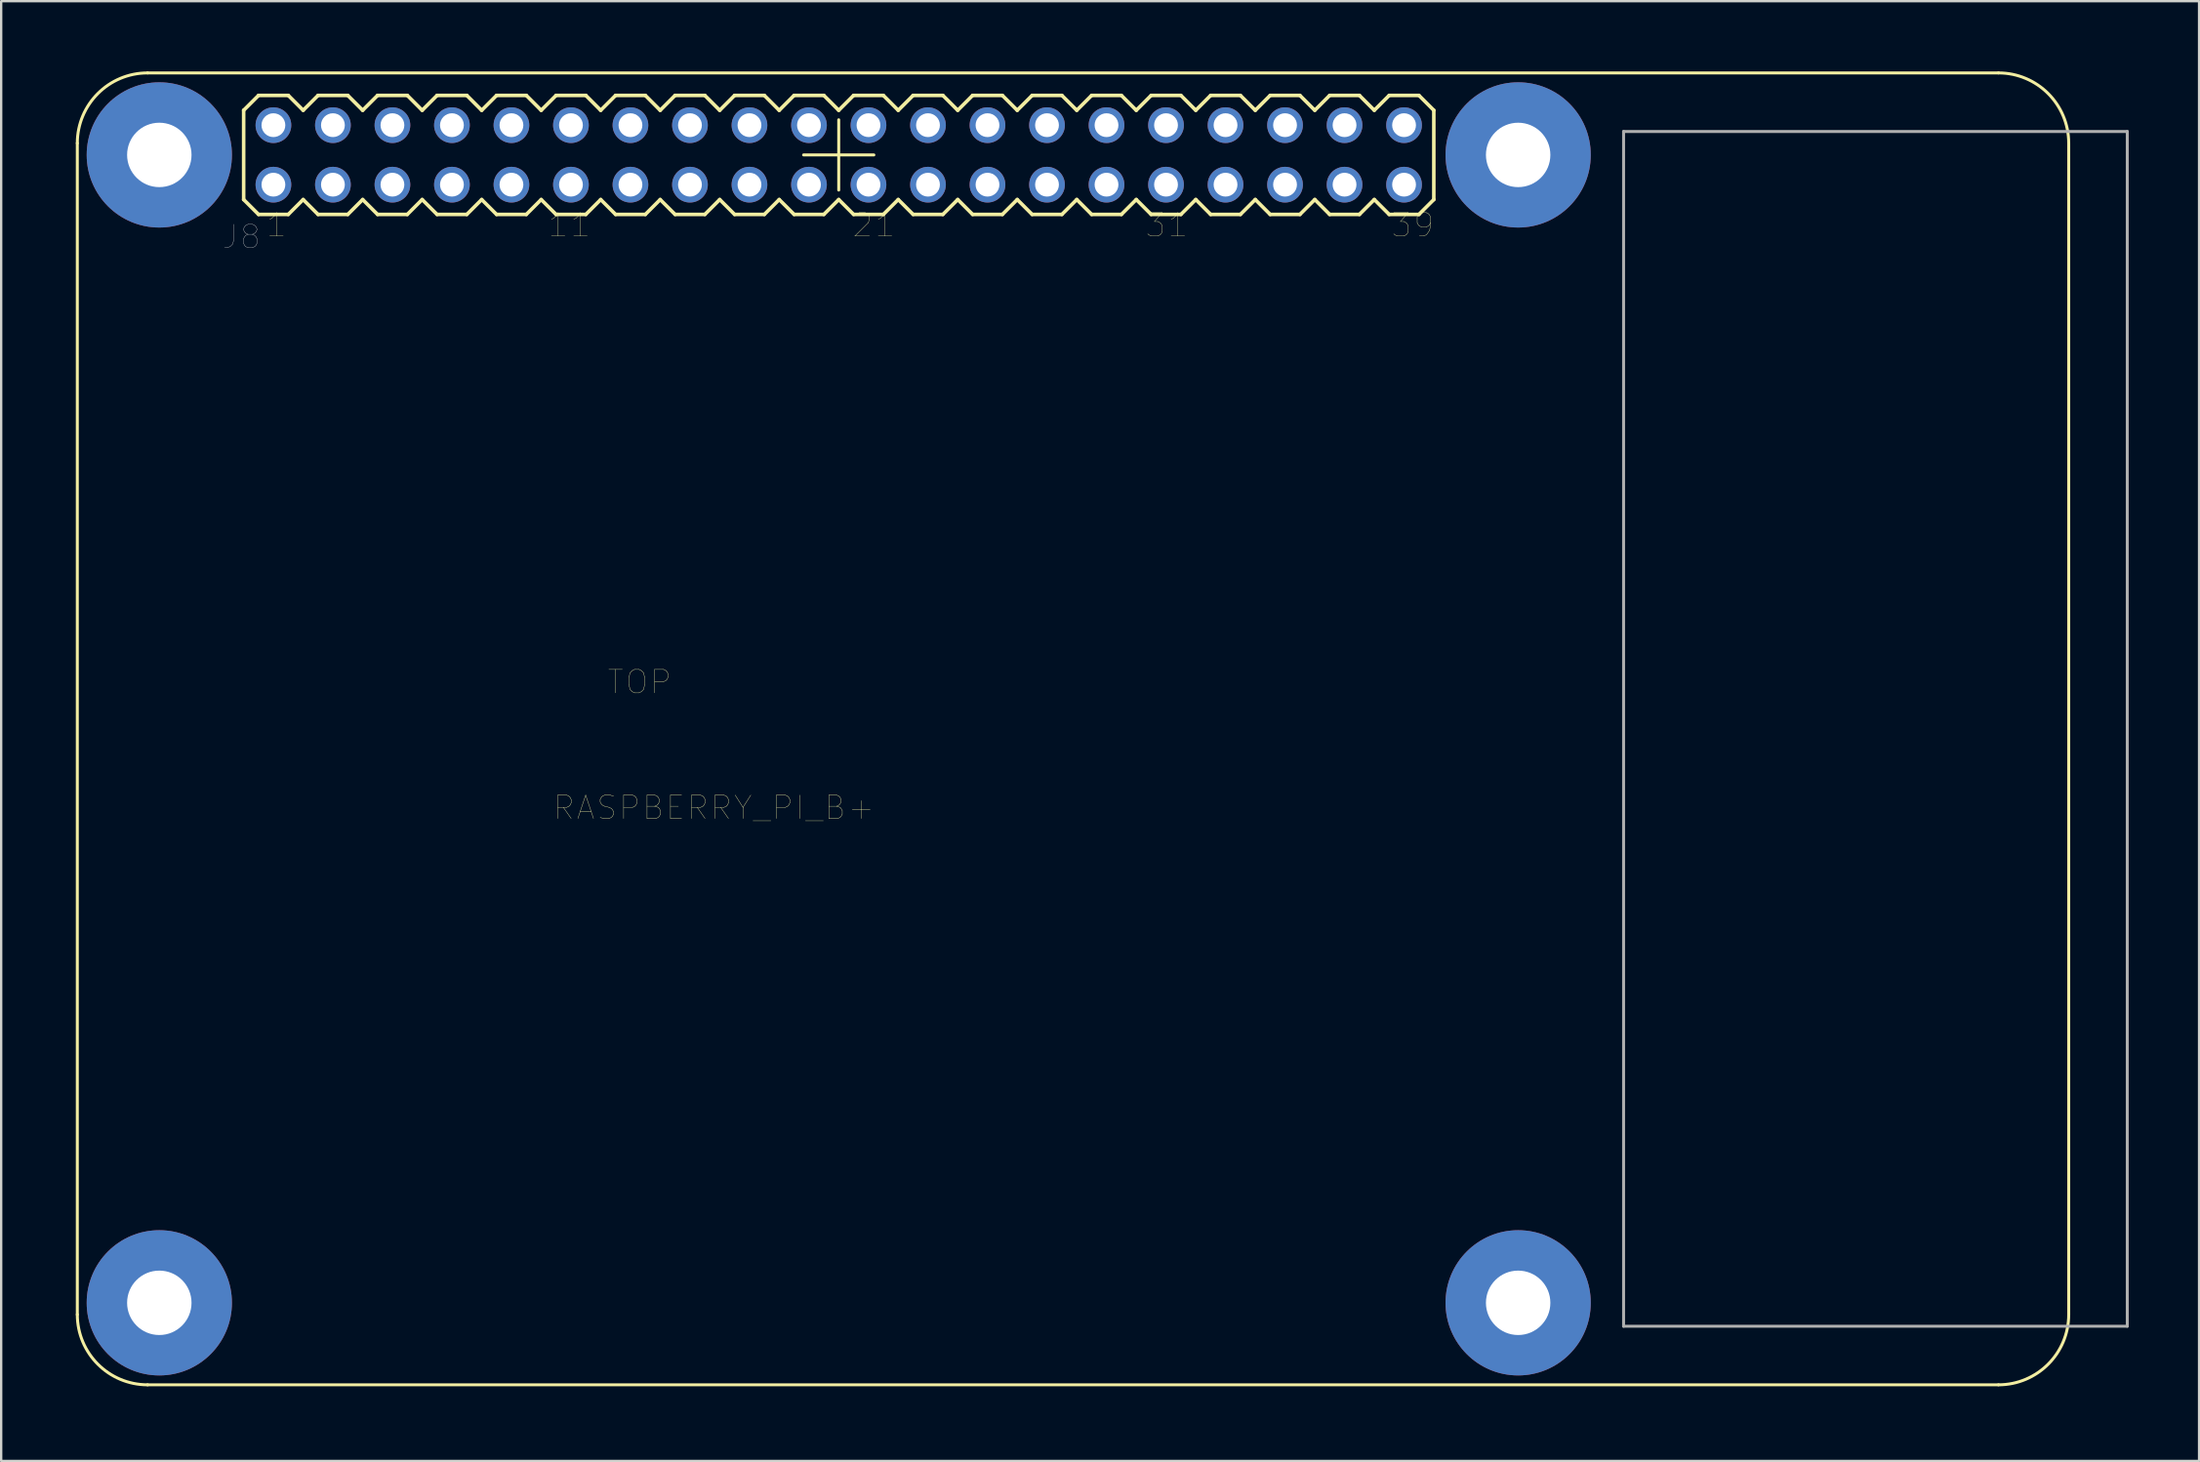
<source format=kicad_pcb>
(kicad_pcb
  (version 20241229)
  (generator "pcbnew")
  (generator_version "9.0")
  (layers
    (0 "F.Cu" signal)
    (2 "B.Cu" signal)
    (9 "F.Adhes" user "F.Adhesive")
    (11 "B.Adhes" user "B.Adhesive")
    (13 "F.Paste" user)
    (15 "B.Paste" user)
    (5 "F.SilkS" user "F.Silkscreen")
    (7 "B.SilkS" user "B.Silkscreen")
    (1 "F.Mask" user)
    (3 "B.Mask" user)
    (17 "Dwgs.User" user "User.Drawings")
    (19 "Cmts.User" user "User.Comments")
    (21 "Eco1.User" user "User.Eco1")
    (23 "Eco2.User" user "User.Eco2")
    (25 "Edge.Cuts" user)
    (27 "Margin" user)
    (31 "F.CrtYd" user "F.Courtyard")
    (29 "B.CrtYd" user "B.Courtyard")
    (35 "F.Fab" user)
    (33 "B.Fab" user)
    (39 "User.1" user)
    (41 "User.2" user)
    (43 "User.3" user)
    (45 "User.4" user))
  (footprint "RASPBERRY_PI_B+"
    (layer "F.Cu")
    (at 0.25 56.063)
    (property "Reference" "RASPBERRY_PI_B+" (at 27.175 -24.635 0) (layer "F.SilkS") (effects (font (size 1 1) (thickness 0.015))))
    (attr through_hole)
    (fp_line (start 0 -53) (end 0 -3) (stroke (width 0.127) (type solid)) (layer "F.SilkS"))
    (fp_line (start 3 0) (end 82 0) (stroke (width 0.127) (type solid)) (layer "F.SilkS"))
    (fp_line (start 7.1 -54.405) (end 7.1 -50.595) (stroke (width 0.152) (type solid)) (layer "F.SilkS"))
    (fp_line (start 7.1 -50.595) (end 7.735 -49.96) (stroke (width 0.152) (type solid)) (layer "F.SilkS"))
    (fp_line (start 7.735 -55.04) (end 7.1 -54.405) (stroke (width 0.152) (type solid)) (layer "F.SilkS"))
    (fp_line (start 7.735 -55.04) (end 9.005 -55.04) (stroke (width 0.152) (type solid)) (layer "F.SilkS"))
    (fp_line (start 9.005 -55.04) (end 9.64 -54.405) (stroke (width 0.152) (type solid)) (layer "F.SilkS"))
    (fp_line (start 9.005 -49.96) (end 7.735 -49.96) (stroke (width 0.152) (type solid)) (layer "F.SilkS"))
    (fp_line (start 9.64 -54.405) (end 10.275 -55.04) (stroke (width 0.152) (type solid)) (layer "F.SilkS"))
    (fp_line (start 9.64 -50.595) (end 9.005 -49.96) (stroke (width 0.152) (type solid)) (layer "F.SilkS"))
    (fp_line (start 10.275 -55.04) (end 11.545 -55.04) (stroke (width 0.152) (type solid)) (layer "F.SilkS"))
    (fp_line (start 10.275 -49.96) (end 9.64 -50.595) (stroke (width 0.152) (type solid)) (layer "F.SilkS"))
    (fp_line (start 11.545 -55.04) (end 12.18 -54.405) (stroke (width 0.152) (type solid)) (layer "F.SilkS"))
    (fp_line (start 11.545 -49.96) (end 10.275 -49.96) (stroke (width 0.152) (type solid)) (layer "F.SilkS"))
    (fp_line (start 12.18 -54.405) (end 12.815 -55.04) (stroke (width 0.152) (type solid)) (layer "F.SilkS"))
    (fp_line (start 12.18 -50.595) (end 11.545 -49.96) (stroke (width 0.152) (type solid)) (layer "F.SilkS"))
    (fp_line (start 12.815 -55.04) (end 14.085 -55.04) (stroke (width 0.152) (type solid)) (layer "F.SilkS"))
    (fp_line (start 12.815 -49.96) (end 12.18 -50.595) (stroke (width 0.152) (type solid)) (layer "F.SilkS"))
    (fp_line (start 14.085 -55.04) (end 14.72 -54.405) (stroke (width 0.152) (type solid)) (layer "F.SilkS"))
    (fp_line (start 14.085 -49.96) (end 12.815 -49.96) (stroke (width 0.152) (type solid)) (layer "F.SilkS"))
    (fp_line (start 14.72 -50.595) (end 14.085 -49.96) (stroke (width 0.152) (type solid)) (layer "F.SilkS"))
    (fp_line (start 14.72 -50.595) (end 15.355 -49.96) (stroke (width 0.152) (type solid)) (layer "F.SilkS"))
    (fp_line (start 15.355 -55.04) (end 14.72 -54.405) (stroke (width 0.152) (type solid)) (layer "F.SilkS"))
    (fp_line (start 15.355 -55.04) (end 16.625 -55.04) (stroke (width 0.152) (type solid)) (layer "F.SilkS"))
    (fp_line (start 16.625 -55.04) (end 17.26 -54.405) (stroke (width 0.152) (type solid)) (layer "F.SilkS"))
    (fp_line (start 16.625 -49.96) (end 15.355 -49.96) (stroke (width 0.152) (type solid)) (layer "F.SilkS"))
    (fp_line (start 17.26 -54.405) (end 17.895 -55.04) (stroke (width 0.152) (type solid)) (layer "F.SilkS"))
    (fp_line (start 17.26 -50.595) (end 16.625 -49.96) (stroke (width 0.152) (type solid)) (layer "F.SilkS"))
    (fp_line (start 17.895 -55.04) (end 19.165 -55.04) (stroke (width 0.152) (type solid)) (layer "F.SilkS"))
    (fp_line (start 17.895 -49.96) (end 17.26 -50.595) (stroke (width 0.152) (type solid)) (layer "F.SilkS"))
    (fp_line (start 19.165 -55.04) (end 19.8 -54.405) (stroke (width 0.152) (type solid)) (layer "F.SilkS"))
    (fp_line (start 19.165 -49.96) (end 17.895 -49.96) (stroke (width 0.152) (type solid)) (layer "F.SilkS"))
    (fp_line (start 19.8 -54.405) (end 20.435 -55.04) (stroke (width 0.152) (type solid)) (layer "F.SilkS"))
    (fp_line (start 19.8 -50.595) (end 19.165 -49.96) (stroke (width 0.152) (type solid)) (layer "F.SilkS"))
    (fp_line (start 20.435 -55.04) (end 21.705 -55.04) (stroke (width 0.152) (type solid)) (layer "F.SilkS"))
    (fp_line (start 20.435 -49.96) (end 19.8 -50.595) (stroke (width 0.152) (type solid)) (layer "F.SilkS"))
    (fp_line (start 21.705 -55.04) (end 22.34 -54.405) (stroke (width 0.152) (type solid)) (layer "F.SilkS"))
    (fp_line (start 21.705 -49.96) (end 20.435 -49.96) (stroke (width 0.152) (type solid)) (layer "F.SilkS"))
    (fp_line (start 22.34 -54.405) (end 22.975 -55.04) (stroke (width 0.152) (type solid)) (layer "F.SilkS"))
    (fp_line (start 22.34 -50.595) (end 21.705 -49.96) (stroke (width 0.152) (type solid)) (layer "F.SilkS"))
    (fp_line (start 22.975 -55.04) (end 24.245 -55.04) (stroke (width 0.152) (type solid)) (layer "F.SilkS"))
    (fp_line (start 22.975 -49.96) (end 22.34 -50.595) (stroke (width 0.152) (type solid)) (layer "F.SilkS"))
    (fp_line (start 24.245 -55.04) (end 24.88 -54.405) (stroke (width 0.152) (type solid)) (layer "F.SilkS"))
    (fp_line (start 24.245 -49.96) (end 22.975 -49.96) (stroke (width 0.152) (type solid)) (layer "F.SilkS"))
    (fp_line (start 24.88 -50.595) (end 24.245 -49.96) (stroke (width 0.152) (type solid)) (layer "F.SilkS"))
    (fp_line (start 24.88 -50.595) (end 25.515 -49.96) (stroke (width 0.152) (type solid)) (layer "F.SilkS"))
    (fp_line (start 25.515 -55.04) (end 24.88 -54.405) (stroke (width 0.152) (type solid)) (layer "F.SilkS"))
    (fp_line (start 25.515 -55.04) (end 26.785 -55.04) (stroke (width 0.152) (type solid)) (layer "F.SilkS"))
    (fp_line (start 26.785 -55.04) (end 27.42 -54.405) (stroke (width 0.152) (type solid)) (layer "F.SilkS"))
    (fp_line (start 26.785 -49.96) (end 25.515 -49.96) (stroke (width 0.152) (type solid)) (layer "F.SilkS"))
    (fp_line (start 27.42 -54.405) (end 28.055 -55.04) (stroke (width 0.152) (type solid)) (layer "F.SilkS"))
    (fp_line (start 27.42 -50.595) (end 26.785 -49.96) (stroke (width 0.152) (type solid)) (layer "F.SilkS"))
    (fp_line (start 28.055 -55.04) (end 29.325 -55.04) (stroke (width 0.152) (type solid)) (layer "F.SilkS"))
    (fp_line (start 28.055 -49.96) (end 27.42 -50.595) (stroke (width 0.152) (type solid)) (layer "F.SilkS"))
    (fp_line (start 29.325 -55.04) (end 29.96 -54.405) (stroke (width 0.152) (type solid)) (layer "F.SilkS"))
    (fp_line (start 29.325 -49.96) (end 28.055 -49.96) (stroke (width 0.152) (type solid)) (layer "F.SilkS"))
    (fp_line (start 29.96 -54.405) (end 30.595 -55.04) (stroke (width 0.152) (type solid)) (layer "F.SilkS"))
    (fp_line (start 29.96 -50.595) (end 29.325 -49.96) (stroke (width 0.152) (type solid)) (layer "F.SilkS"))
    (fp_line (start 30.595 -55.04) (end 31.865 -55.04) (stroke (width 0.152) (type solid)) (layer "F.SilkS"))
    (fp_line (start 30.595 -49.96) (end 29.96 -50.595) (stroke (width 0.152) (type solid)) (layer "F.SilkS"))
    (fp_line (start 31 -52.5) (end 34 -52.5) (stroke (width 0.127) (type solid)) (layer "F.SilkS"))
    (fp_line (start 31.865 -55.04) (end 32.5 -54.405) (stroke (width 0.152) (type solid)) (layer "F.SilkS"))
    (fp_line (start 31.865 -49.96) (end 30.595 -49.96) (stroke (width 0.152) (type solid)) (layer "F.SilkS"))
    (fp_line (start 32.5 -54) (end 32.5 -51) (stroke (width 0.127) (type solid)) (layer "F.SilkS"))
    (fp_line (start 32.5 -50.595) (end 31.865 -49.96) (stroke (width 0.152) (type solid)) (layer "F.SilkS"))
    (fp_line (start 32.5 -50.595) (end 33.135 -49.96) (stroke (width 0.152) (type solid)) (layer "F.SilkS"))
    (fp_line (start 33.135 -55.04) (end 32.5 -54.405) (stroke (width 0.152) (type solid)) (layer "F.SilkS"))
    (fp_line (start 33.135 -55.04) (end 34.405 -55.04) (stroke (width 0.152) (type solid)) (layer "F.SilkS"))
    (fp_line (start 34.405 -55.04) (end 35.04 -54.405) (stroke (width 0.152) (type solid)) (layer "F.SilkS"))
    (fp_line (start 34.405 -49.96) (end 33.135 -49.96) (stroke (width 0.152) (type solid)) (layer "F.SilkS"))
    (fp_line (start 35.04 -54.405) (end 35.675 -55.04) (stroke (width 0.152) (type solid)) (layer "F.SilkS"))
    (fp_line (start 35.04 -50.595) (end 34.405 -49.96) (stroke (width 0.152) (type solid)) (layer "F.SilkS"))
    (fp_line (start 35.675 -55.04) (end 36.945 -55.04) (stroke (width 0.152) (type solid)) (layer "F.SilkS"))
    (fp_line (start 35.675 -49.96) (end 35.04 -50.595) (stroke (width 0.152) (type solid)) (layer "F.SilkS"))
    (fp_line (start 36.945 -55.04) (end 37.58 -54.405) (stroke (width 0.152) (type solid)) (layer "F.SilkS"))
    (fp_line (start 36.945 -49.96) (end 35.675 -49.96) (stroke (width 0.152) (type solid)) (layer "F.SilkS"))
    (fp_line (start 37.58 -54.405) (end 38.215 -55.04) (stroke (width 0.152) (type solid)) (layer "F.SilkS"))
    (fp_line (start 37.58 -50.595) (end 36.945 -49.96) (stroke (width 0.152) (type solid)) (layer "F.SilkS"))
    (fp_line (start 38.215 -55.04) (end 39.485 -55.04) (stroke (width 0.152) (type solid)) (layer "F.SilkS"))
    (fp_line (start 38.215 -49.96) (end 37.58 -50.595) (stroke (width 0.152) (type solid)) (layer "F.SilkS"))
    (fp_line (start 39.485 -55.04) (end 40.12 -54.405) (stroke (width 0.152) (type solid)) (layer "F.SilkS"))
    (fp_line (start 39.485 -49.96) (end 38.215 -49.96) (stroke (width 0.152) (type solid)) (layer "F.SilkS"))
    (fp_line (start 40.12 -54.405) (end 40.755 -55.04) (stroke (width 0.152) (type solid)) (layer "F.SilkS"))
    (fp_line (start 40.12 -50.595) (end 39.485 -49.96) (stroke (width 0.152) (type solid)) (layer "F.SilkS"))
    (fp_line (start 40.755 -55.04) (end 42.025 -55.04) (stroke (width 0.152) (type solid)) (layer "F.SilkS"))
    (fp_line (start 40.755 -49.96) (end 40.12 -50.595) (stroke (width 0.152) (type solid)) (layer "F.SilkS"))
    (fp_line (start 42.025 -55.04) (end 42.66 -54.405) (stroke (width 0.152) (type solid)) (layer "F.SilkS"))
    (fp_line (start 42.025 -49.96) (end 40.755 -49.96) (stroke (width 0.152) (type solid)) (layer "F.SilkS"))
    (fp_line (start 42.66 -50.595) (end 42.025 -49.96) (stroke (width 0.152) (type solid)) (layer "F.SilkS"))
    (fp_line (start 42.66 -50.595) (end 43.295 -49.96) (stroke (width 0.152) (type solid)) (layer "F.SilkS"))
    (fp_line (start 43.295 -55.04) (end 42.66 -54.405) (stroke (width 0.152) (type solid)) (layer "F.SilkS"))
    (fp_line (start 43.295 -55.04) (end 44.565 -55.04) (stroke (width 0.152) (type solid)) (layer "F.SilkS"))
    (fp_line (start 44.565 -55.04) (end 45.2 -54.405) (stroke (width 0.152) (type solid)) (layer "F.SilkS"))
    (fp_line (start 44.565 -49.96) (end 43.295 -49.96) (stroke (width 0.152) (type solid)) (layer "F.SilkS"))
    (fp_line (start 45.2 -54.405) (end 45.835 -55.04) (stroke (width 0.152) (type solid)) (layer "F.SilkS"))
    (fp_line (start 45.2 -50.595) (end 44.565 -49.96) (stroke (width 0.152) (type solid)) (layer "F.SilkS"))
    (fp_line (start 45.835 -55.04) (end 47.105 -55.04) (stroke (width 0.152) (type solid)) (layer "F.SilkS"))
    (fp_line (start 45.835 -49.96) (end 45.2 -50.595) (stroke (width 0.152) (type solid)) (layer "F.SilkS"))
    (fp_line (start 47.105 -55.04) (end 47.74 -54.405) (stroke (width 0.152) (type solid)) (layer "F.SilkS"))
    (fp_line (start 47.105 -49.96) (end 45.835 -49.96) (stroke (width 0.152) (type solid)) (layer "F.SilkS"))
    (fp_line (start 47.74 -54.405) (end 48.375 -55.04) (stroke (width 0.152) (type solid)) (layer "F.SilkS"))
    (fp_line (start 47.74 -50.595) (end 47.105 -49.96) (stroke (width 0.152) (type solid)) (layer "F.SilkS"))
    (fp_line (start 48.375 -55.04) (end 49.645 -55.04) (stroke (width 0.152) (type solid)) (layer "F.SilkS"))
    (fp_line (start 48.375 -49.96) (end 47.74 -50.595) (stroke (width 0.152) (type solid)) (layer "F.SilkS"))
    (fp_line (start 49.645 -55.04) (end 50.28 -54.405) (stroke (width 0.152) (type solid)) (layer "F.SilkS"))
    (fp_line (start 49.645 -49.96) (end 48.375 -49.96) (stroke (width 0.152) (type solid)) (layer "F.SilkS"))
    (fp_line (start 50.28 -50.595) (end 49.645 -49.96) (stroke (width 0.152) (type solid)) (layer "F.SilkS"))
    (fp_line (start 50.28 -50.595) (end 50.915 -49.96) (stroke (width 0.152) (type solid)) (layer "F.SilkS"))
    (fp_line (start 50.915 -55.04) (end 50.28 -54.405) (stroke (width 0.152) (type solid)) (layer "F.SilkS"))
    (fp_line (start 50.915 -55.04) (end 52.185 -55.04) (stroke (width 0.152) (type solid)) (layer "F.SilkS"))
    (fp_line (start 52.185 -55.04) (end 52.82 -54.405) (stroke (width 0.152) (type solid)) (layer "F.SilkS"))
    (fp_line (start 52.185 -49.96) (end 50.915 -49.96) (stroke (width 0.152) (type solid)) (layer "F.SilkS"))
    (fp_line (start 52.82 -54.405) (end 53.455 -55.04) (stroke (width 0.152) (type solid)) (layer "F.SilkS"))
    (fp_line (start 52.82 -50.595) (end 52.185 -49.96) (stroke (width 0.152) (type solid)) (layer "F.SilkS"))
    (fp_line (start 53.455 -55.04) (end 54.725 -55.04) (stroke (width 0.152) (type solid)) (layer "F.SilkS"))
    (fp_line (start 53.455 -49.96) (end 52.82 -50.595) (stroke (width 0.152) (type solid)) (layer "F.SilkS"))
    (fp_line (start 54.725 -55.04) (end 55.36 -54.405) (stroke (width 0.152) (type solid)) (layer "F.SilkS"))
    (fp_line (start 54.725 -49.96) (end 53.455 -49.96) (stroke (width 0.152) (type solid)) (layer "F.SilkS"))
    (fp_line (start 55.36 -54.405) (end 55.995 -55.04) (stroke (width 0.152) (type solid)) (layer "F.SilkS"))
    (fp_line (start 55.36 -50.595) (end 54.725 -49.96) (stroke (width 0.152) (type solid)) (layer "F.SilkS"))
    (fp_line (start 55.995 -55.04) (end 57.265 -55.04) (stroke (width 0.152) (type solid)) (layer "F.SilkS"))
    (fp_line (start 55.995 -49.96) (end 55.36 -50.595) (stroke (width 0.152) (type solid)) (layer "F.SilkS"))
    (fp_line (start 57.265 -55.04) (end 57.9 -54.405) (stroke (width 0.152) (type solid)) (layer "F.SilkS"))
    (fp_line (start 57.265 -49.96) (end 55.995 -49.96) (stroke (width 0.152) (type solid)) (layer "F.SilkS"))
    (fp_line (start 57.9 -54.405) (end 57.9 -50.595) (stroke (width 0.152) (type solid)) (layer "F.SilkS"))
    (fp_line (start 57.9 -50.595) (end 57.265 -49.96) (stroke (width 0.152) (type solid)) (layer "F.SilkS"))
    (fp_line (start 82 -56) (end 3 -56) (stroke (width 0.127) (type solid)) (layer "F.SilkS"))
    (fp_line (start 85 -3) (end 85 -53) (stroke (width 0.127) (type solid)) (layer "F.SilkS"))
    (fp_arc (start 0 -53) (mid 0.87868 -55.12132) (end 3 -56) (stroke (width 0.127) (type solid)) (layer "F.SilkS"))
    (fp_arc (start 3 0) (mid 0.87868 -0.87868) (end 0 -3) (stroke (width 0.127) (type solid)) (layer "F.SilkS"))
    (fp_arc (start 82 -56) (mid 84.12132 -55.12132) (end 85 -53) (stroke (width 0.127) (type solid)) (layer "F.SilkS"))
    (fp_arc (start 85 -3) (mid 84.12132 -0.87868) (end 82 0) (stroke (width 0.127) (type solid)) (layer "F.SilkS"))
    (fp_line (start 66 -53.5) (end 66 -2.5) (stroke (width 0.127) (type solid)) (layer "F.Fab"))
    (fp_line (start 66 -2.5) (end 87.5 -2.5) (stroke (width 0.127) (type solid)) (layer "F.Fab"))
    (fp_line (start 87.5 -53.5) (end 66 -53.5) (stroke (width 0.127) (type solid)) (layer "F.Fab"))
    (fp_line (start 87.5 -2.5) (end 87.5 -53.5) (stroke (width 0.127) (type solid)) (layer "F.Fab"))
    (fp_text user "11" (at 21 -49.5 0) (layer "F.SilkS") (effects (font (size 1 1) (thickness 0.015))))
    (fp_text user "39" (at 57 -49.5 0) (layer "F.SilkS") (effects (font (size 1 1) (thickness 0.015))))
    (fp_text user "1" (at 8.5 -49.5 0) (layer "F.SilkS") (effects (font (size 1 1) (thickness 0.015))))
    (fp_text user "21" (at 34 -49.5 0) (layer "F.SilkS") (effects (font (size 1 1) (thickness 0.015))))
    (fp_text user "TOP" (at 24 -30 0) (layer "F.SilkS") (effects (font (size 1 1) (thickness 0.015))))
    (fp_text user "31" (at 46.5 -49.5 0) (layer "F.SilkS") (effects (font (size 1 1) (thickness 0.015))))
    (fp_text user "J8" (at 7 -49 0) (layer "Dwgs.User") (effects (font (size 1 1) (thickness 0.015))))
    (pad "1" thru_hole circle (at 8.37 -51.23) (size 1.524 1.524) (drill 1.016) (layers "*.Cu" "*.Mask"))
    (pad "2" thru_hole circle (at 8.37 -53.77) (size 1.524 1.524) (drill 1.016) (layers "*.Cu" "*.Mask"))
    (pad "3" thru_hole circle (at 10.91 -51.23) (size 1.524 1.524) (drill 1.016) (layers "*.Cu" "*.Mask"))
    (pad "4" thru_hole circle (at 10.91 -53.77) (size 1.524 1.524) (drill 1.016) (layers "*.Cu" "*.Mask"))
    (pad "5" thru_hole circle (at 13.45 -51.23) (size 1.524 1.524) (drill 1.016) (layers "*.Cu" "*.Mask"))
    (pad "6" thru_hole circle (at 13.45 -53.77) (size 1.524 1.524) (drill 1.016) (layers "*.Cu" "*.Mask"))
    (pad "7" thru_hole circle (at 15.99 -51.23) (size 1.524 1.524) (drill 1.016) (layers "*.Cu" "*.Mask"))
    (pad "8" thru_hole circle (at 15.99 -53.77) (size 1.524 1.524) (drill 1.016) (layers "*.Cu" "*.Mask"))
    (pad "9" thru_hole circle (at 18.53 -51.23) (size 1.524 1.524) (drill 1.016) (layers "*.Cu" "*.Mask"))
    (pad "10" thru_hole circle (at 18.53 -53.77) (size 1.524 1.524) (drill 1.016) (layers "*.Cu" "*.Mask"))
    (pad "11" thru_hole circle (at 21.07 -51.23) (size 1.524 1.524) (drill 1.016) (layers "*.Cu" "*.Mask"))
    (pad "12" thru_hole circle (at 21.07 -53.77) (size 1.524 1.524) (drill 1.016) (layers "*.Cu" "*.Mask"))
    (pad "13" thru_hole circle (at 23.61 -51.23) (size 1.524 1.524) (drill 1.016) (layers "*.Cu" "*.Mask"))
    (pad "14" thru_hole circle (at 23.61 -53.77) (size 1.524 1.524) (drill 1.016) (layers "*.Cu" "*.Mask"))
    (pad "15" thru_hole circle (at 26.15 -51.23) (size 1.524 1.524) (drill 1.016) (layers "*.Cu" "*.Mask"))
    (pad "16" thru_hole circle (at 26.15 -53.77) (size 1.524 1.524) (drill 1.016) (layers "*.Cu" "*.Mask"))
    (pad "17" thru_hole circle (at 28.69 -51.23) (size 1.524 1.524) (drill 1.016) (layers "*.Cu" "*.Mask"))
    (pad "18" thru_hole circle (at 28.69 -53.77) (size 1.524 1.524) (drill 1.016) (layers "*.Cu" "*.Mask"))
    (pad "19" thru_hole circle (at 31.23 -51.23) (size 1.524 1.524) (drill 1.016) (layers "*.Cu" "*.Mask"))
    (pad "20" thru_hole circle (at 31.23 -53.77) (size 1.524 1.524) (drill 1.016) (layers "*.Cu" "*.Mask"))
    (pad "21" thru_hole circle (at 33.77 -51.23) (size 1.524 1.524) (drill 1.016) (layers "*.Cu" "*.Mask"))
    (pad "22" thru_hole circle (at 33.77 -53.77) (size 1.524 1.524) (drill 1.016) (layers "*.Cu" "*.Mask"))
    (pad "23" thru_hole circle (at 36.31 -51.23) (size 1.524 1.524) (drill 1.016) (layers "*.Cu" "*.Mask"))
    (pad "24" thru_hole circle (at 36.31 -53.77) (size 1.524 1.524) (drill 1.016) (layers "*.Cu" "*.Mask"))
    (pad "25" thru_hole circle (at 38.85 -51.23) (size 1.524 1.524) (drill 1.016) (layers "*.Cu" "*.Mask"))
    (pad "26" thru_hole circle (at 38.85 -53.77) (size 1.524 1.524) (drill 1.016) (layers "*.Cu" "*.Mask"))
    (pad "27" thru_hole circle (at 41.39 -51.23) (size 1.524 1.524) (drill 1.016) (layers "*.Cu" "*.Mask"))
    (pad "28" thru_hole circle (at 41.39 -53.77) (size 1.524 1.524) (drill 1.016) (layers "*.Cu" "*.Mask"))
    (pad "29" thru_hole circle (at 43.93 -51.23) (size 1.524 1.524) (drill 1.016) (layers "*.Cu" "*.Mask"))
    (pad "30" thru_hole circle (at 43.93 -53.77) (size 1.524 1.524) (drill 1.016) (layers "*.Cu" "*.Mask"))
    (pad "31" thru_hole circle (at 46.47 -51.23) (size 1.524 1.524) (drill 1.016) (layers "*.Cu" "*.Mask"))
    (pad "32" thru_hole circle (at 46.47 -53.77) (size 1.524 1.524) (drill 1.016) (layers "*.Cu" "*.Mask"))
    (pad "33" thru_hole circle (at 49.01 -51.23) (size 1.524 1.524) (drill 1.016) (layers "*.Cu" "*.Mask"))
    (pad "34" thru_hole circle (at 49.01 -53.77) (size 1.524 1.524) (drill 1.016) (layers "*.Cu" "*.Mask"))
    (pad "35" thru_hole circle (at 51.55 -51.23) (size 1.524 1.524) (drill 1.016) (layers "*.Cu" "*.Mask"))
    (pad "36" thru_hole circle (at 51.55 -53.77) (size 1.524 1.524) (drill 1.016) (layers "*.Cu" "*.Mask"))
    (pad "37" thru_hole circle (at 54.09 -51.23) (size 1.524 1.524) (drill 1.016) (layers "*.Cu" "*.Mask"))
    (pad "38" thru_hole circle (at 54.09 -53.77) (size 1.524 1.524) (drill 1.016) (layers "*.Cu" "*.Mask"))
    (pad "39" thru_hole circle (at 56.63 -51.23) (size 1.524 1.524) (drill 1.016) (layers "*.Cu" "*.Mask"))
    (pad "40" thru_hole circle (at 56.63 -53.77) (size 1.524 1.524) (drill 1.016) (layers "*.Cu" "*.Mask"))
    (pad "PE_BL" thru_hole circle (at 3.5 -3.5) (size 6.2 6.2) (drill 2.75) (layers "*.Cu" "*.Mask"))
    (pad "PE_BR" thru_hole circle (at 61.5 -3.5) (size 6.2 6.2) (drill 2.75) (layers "*.Cu" "*.Mask"))
    (pad "PE_TL" thru_hole circle (at 3.5 -52.5) (size 6.2 6.2) (drill 2.75) (layers "*.Cu" "*.Mask"))
    (pad "PE_TR" thru_hole circle (at 61.5 -52.5) (size 6.2 6.2) (drill 2.75) (layers "*.Cu" "*.Mask")))
  (gr_rect
    (start -3 -3)
    (end 90.814 59.313)
    (stroke (width 0.1) (type default))
    (fill no)
    (layer "Edge.Cuts")))
</source>
